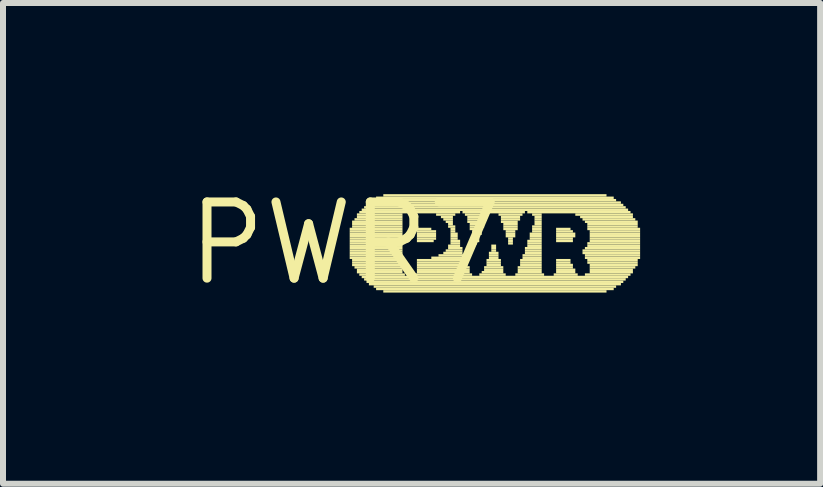
<source format=kicad_pcb>
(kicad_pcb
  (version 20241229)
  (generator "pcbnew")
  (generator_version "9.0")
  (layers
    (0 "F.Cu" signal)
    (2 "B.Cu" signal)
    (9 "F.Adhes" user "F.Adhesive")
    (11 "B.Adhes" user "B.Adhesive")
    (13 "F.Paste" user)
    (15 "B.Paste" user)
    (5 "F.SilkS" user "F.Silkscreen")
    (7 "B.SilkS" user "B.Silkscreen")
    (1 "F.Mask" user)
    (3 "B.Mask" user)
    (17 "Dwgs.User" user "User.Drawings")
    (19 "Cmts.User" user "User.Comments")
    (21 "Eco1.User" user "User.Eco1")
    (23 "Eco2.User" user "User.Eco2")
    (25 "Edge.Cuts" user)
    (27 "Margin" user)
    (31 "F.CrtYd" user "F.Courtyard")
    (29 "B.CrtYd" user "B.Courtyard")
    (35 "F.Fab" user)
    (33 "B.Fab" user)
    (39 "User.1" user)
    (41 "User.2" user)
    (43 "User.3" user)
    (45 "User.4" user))
  (footprint "PWR7"
    (layer "F.Cu")
    (at 2.698 1.006)
    (property "Reference" "PWR7" (at 0 0 0) (layer "F.SilkS") (effects (font (size 1.27 1.27) (thickness 0.15))))
    (fp_poly (pts (xy 0.08 -0.22) (xy 0.96 -0.22) (xy 0.96 -0.26) (xy 0.08 -0.26)) (stroke (width 0) (type solid)) (fill yes) (layer "F.SilkS"))
    (fp_poly (pts (xy 0.08 -0.18) (xy 0.96 -0.18) (xy 0.96 -0.22) (xy 0.08 -0.22)) (stroke (width 0) (type solid)) (fill yes) (layer "F.SilkS"))
    (fp_poly (pts (xy 0.08 -0.14) (xy 0.96 -0.14) (xy 0.96 -0.18) (xy 0.08 -0.18)) (stroke (width 0) (type solid)) (fill yes) (layer "F.SilkS"))
    (fp_poly (pts (xy 0.08 -0.1) (xy 0.96 -0.1) (xy 0.96 -0.14) (xy 0.08 -0.14)) (stroke (width 0) (type solid)) (fill yes) (layer "F.SilkS"))
    (fp_poly (pts (xy 0.08 -0.06) (xy 0.96 -0.06) (xy 0.96 -0.1) (xy 0.08 -0.1)) (stroke (width 0) (type solid)) (fill yes) (layer "F.SilkS"))
    (fp_poly (pts (xy 0.08 -0.02) (xy 0.96 -0.02) (xy 0.96 -0.06) (xy 0.08 -0.06)) (stroke (width 0) (type solid)) (fill yes) (layer "F.SilkS"))
    (fp_poly (pts (xy 0.08 0.02) (xy 0.96 0.02) (xy 0.96 -0.02) (xy 0.08 -0.02)) (stroke (width 0) (type solid)) (fill yes) (layer "F.SilkS"))
    (fp_poly (pts (xy 0.08 0.06) (xy 0.96 0.06) (xy 0.96 0.02) (xy 0.08 0.02)) (stroke (width 0) (type solid)) (fill yes) (layer "F.SilkS"))
    (fp_poly (pts (xy 0.08 0.1) (xy 0.96 0.1) (xy 0.96 0.06) (xy 0.08 0.06)) (stroke (width 0) (type solid)) (fill yes) (layer "F.SilkS"))
    (fp_poly (pts (xy 0.08 0.14) (xy 0.96 0.14) (xy 0.96 0.1) (xy 0.08 0.1)) (stroke (width 0) (type solid)) (fill yes) (layer "F.SilkS"))
    (fp_poly (pts (xy 0.08 0.18) (xy 0.96 0.18) (xy 0.96 0.14) (xy 0.08 0.14)) (stroke (width 0) (type solid)) (fill yes) (layer "F.SilkS"))
    (fp_poly (pts (xy 0.08 0.22) (xy 0.96 0.22) (xy 0.96 0.18) (xy 0.08 0.18)) (stroke (width 0) (type solid)) (fill yes) (layer "F.SilkS"))
    (fp_poly (pts (xy 0.08 0.26) (xy 0.96 0.26) (xy 0.96 0.22) (xy 0.08 0.22)) (stroke (width 0) (type solid)) (fill yes) (layer "F.SilkS"))
    (fp_poly (pts (xy 0.12 -0.34) (xy 0.96 -0.34) (xy 0.96 -0.38) (xy 0.12 -0.38)) (stroke (width 0) (type solid)) (fill yes) (layer "F.SilkS"))
    (fp_poly (pts (xy 0.12 -0.3) (xy 0.96 -0.3) (xy 0.96 -0.34) (xy 0.12 -0.34)) (stroke (width 0) (type solid)) (fill yes) (layer "F.SilkS"))
    (fp_poly (pts (xy 0.12 -0.26) (xy 0.96 -0.26) (xy 0.96 -0.3) (xy 0.12 -0.3)) (stroke (width 0) (type solid)) (fill yes) (layer "F.SilkS"))
    (fp_poly (pts (xy 0.12 0.3) (xy 0.96 0.3) (xy 0.96 0.26) (xy 0.12 0.26)) (stroke (width 0) (type solid)) (fill yes) (layer "F.SilkS"))
    (fp_poly (pts (xy 0.12 0.34) (xy 0.96 0.34) (xy 0.96 0.3) (xy 0.12 0.3)) (stroke (width 0) (type solid)) (fill yes) (layer "F.SilkS"))
    (fp_poly (pts (xy 0.12 0.38) (xy 0.96 0.38) (xy 0.96 0.34) (xy 0.12 0.34)) (stroke (width 0) (type solid)) (fill yes) (layer "F.SilkS"))
    (fp_poly (pts (xy 0.16 -0.38) (xy 0.96 -0.38) (xy 0.96 -0.42) (xy 0.16 -0.42)) (stroke (width 0) (type solid)) (fill yes) (layer "F.SilkS"))
    (fp_poly (pts (xy 0.16 0.42) (xy 0.96 0.42) (xy 0.96 0.38) (xy 0.16 0.38)) (stroke (width 0) (type solid)) (fill yes) (layer "F.SilkS"))
    (fp_poly (pts (xy 0.2 -0.46) (xy 0.96 -0.46) (xy 0.96 -0.5) (xy 0.2 -0.5)) (stroke (width 0) (type solid)) (fill yes) (layer "F.SilkS"))
    (fp_poly (pts (xy 0.2 -0.42) (xy 0.96 -0.42) (xy 0.96 -0.46) (xy 0.2 -0.46)) (stroke (width 0) (type solid)) (fill yes) (layer "F.SilkS"))
    (fp_poly (pts (xy 0.2 0.46) (xy 0.96 0.46) (xy 0.96 0.42) (xy 0.2 0.42)) (stroke (width 0) (type solid)) (fill yes) (layer "F.SilkS"))
    (fp_poly (pts (xy 0.2 0.5) (xy 0.96 0.5) (xy 0.96 0.46) (xy 0.2 0.46)) (stroke (width 0) (type solid)) (fill yes) (layer "F.SilkS"))
    (fp_poly (pts (xy 0.24 -0.5) (xy 1.92 -0.5) (xy 1.92 -0.54) (xy 0.24 -0.54)) (stroke (width 0) (type solid)) (fill yes) (layer "F.SilkS"))
    (fp_poly (pts (xy 0.24 0.54) (xy 1 0.54) (xy 1 0.5) (xy 0.24 0.5)) (stroke (width 0) (type solid)) (fill yes) (layer "F.SilkS"))
    (fp_poly (pts (xy 0.28 -0.54) (xy 4.72 -0.54) (xy 4.72 -0.58) (xy 0.28 -0.58)) (stroke (width 0) (type solid)) (fill yes) (layer "F.SilkS"))
    (fp_poly (pts (xy 0.28 0.58) (xy 4.72 0.58) (xy 4.72 0.54) (xy 0.28 0.54)) (stroke (width 0) (type solid)) (fill yes) (layer "F.SilkS"))
    (fp_poly (pts (xy 0.32 -0.58) (xy 4.68 -0.58) (xy 4.68 -0.62) (xy 0.32 -0.62)) (stroke (width 0) (type solid)) (fill yes) (layer "F.SilkS"))
    (fp_poly (pts (xy 0.32 0.62) (xy 4.68 0.62) (xy 4.68 0.58) (xy 0.32 0.58)) (stroke (width 0) (type solid)) (fill yes) (layer "F.SilkS"))
    (fp_poly (pts (xy 0.36 -0.62) (xy 4.64 -0.62) (xy 4.64 -0.66) (xy 0.36 -0.66)) (stroke (width 0) (type solid)) (fill yes) (layer "F.SilkS"))
    (fp_poly (pts (xy 0.36 0.66) (xy 4.64 0.66) (xy 4.64 0.62) (xy 0.36 0.62)) (stroke (width 0) (type solid)) (fill yes) (layer "F.SilkS"))
    (fp_poly (pts (xy 0.4 -0.66) (xy 4.6 -0.66) (xy 4.6 -0.7) (xy 0.4 -0.7)) (stroke (width 0) (type solid)) (fill yes) (layer "F.SilkS"))
    (fp_poly (pts (xy 0.4 0.7) (xy 4.6 0.7) (xy 4.6 0.66) (xy 0.4 0.66)) (stroke (width 0) (type solid)) (fill yes) (layer "F.SilkS"))
    (fp_poly (pts (xy 0.44 -0.7) (xy 4.52 -0.7) (xy 4.52 -0.74) (xy 0.44 -0.74)) (stroke (width 0) (type solid)) (fill yes) (layer "F.SilkS"))
    (fp_poly (pts (xy 0.48 0.74) (xy 4.52 0.74) (xy 4.52 0.7) (xy 0.48 0.7)) (stroke (width 0) (type solid)) (fill yes) (layer "F.SilkS"))
    (fp_poly (pts (xy 0.52 -0.74) (xy 4.48 -0.74) (xy 4.48 -0.78) (xy 0.52 -0.78)) (stroke (width 0) (type solid)) (fill yes) (layer "F.SilkS"))
    (fp_poly (pts (xy 0.52 0.78) (xy 4.48 0.78) (xy 4.48 0.74) (xy 0.52 0.74)) (stroke (width 0) (type solid)) (fill yes) (layer "F.SilkS"))
    (fp_poly (pts (xy 0.64 -0.78) (xy 4.36 -0.78) (xy 4.36 -0.82) (xy 0.64 -0.82)) (stroke (width 0) (type solid)) (fill yes) (layer "F.SilkS"))
    (fp_poly (pts (xy 0.64 0.82) (xy 4.36 0.82) (xy 4.36 0.78) (xy 0.64 0.78)) (stroke (width 0) (type solid)) (fill yes) (layer "F.SilkS"))
    (fp_poly (pts (xy 1.16 0.54) (xy 2.12 0.54) (xy 2.12 0.5) (xy 1.16 0.5)) (stroke (width 0) (type solid)) (fill yes) (layer "F.SilkS"))
    (fp_poly (pts (xy 1.2 -0.22) (xy 1.44 -0.22) (xy 1.44 -0.26) (xy 1.2 -0.26)) (stroke (width 0) (type solid)) (fill yes) (layer "F.SilkS"))
    (fp_poly (pts (xy 1.2 -0.18) (xy 1.52 -0.18) (xy 1.52 -0.22) (xy 1.2 -0.22)) (stroke (width 0) (type solid)) (fill yes) (layer "F.SilkS"))
    (fp_poly (pts (xy 1.2 -0.14) (xy 1.52 -0.14) (xy 1.52 -0.18) (xy 1.2 -0.18)) (stroke (width 0) (type solid)) (fill yes) (layer "F.SilkS"))
    (fp_poly (pts (xy 1.2 -0.1) (xy 1.52 -0.1) (xy 1.52 -0.14) (xy 1.2 -0.14)) (stroke (width 0) (type solid)) (fill yes) (layer "F.SilkS"))
    (fp_poly (pts (xy 1.2 -0.06) (xy 1.52 -0.06) (xy 1.52 -0.1) (xy 1.2 -0.1)) (stroke (width 0) (type solid)) (fill yes) (layer "F.SilkS"))
    (fp_poly (pts (xy 1.2 -0.02) (xy 1.48 -0.02) (xy 1.48 -0.06) (xy 1.2 -0.06)) (stroke (width 0) (type solid)) (fill yes) (layer "F.SilkS"))
    (fp_poly (pts (xy 1.2 0.3) (xy 2 0.3) (xy 2 0.26) (xy 1.2 0.26)) (stroke (width 0) (type solid)) (fill yes) (layer "F.SilkS"))
    (fp_poly (pts (xy 1.2 0.34) (xy 2.04 0.34) (xy 2.04 0.3) (xy 1.2 0.3)) (stroke (width 0) (type solid)) (fill yes) (layer "F.SilkS"))
    (fp_poly (pts (xy 1.2 0.38) (xy 2.04 0.38) (xy 2.04 0.34) (xy 1.2 0.34)) (stroke (width 0) (type solid)) (fill yes) (layer "F.SilkS"))
    (fp_poly (pts (xy 1.2 0.42) (xy 2.08 0.42) (xy 2.08 0.38) (xy 1.2 0.38)) (stroke (width 0) (type solid)) (fill yes) (layer "F.SilkS"))
    (fp_poly (pts (xy 1.2 0.46) (xy 2.08 0.46) (xy 2.08 0.42) (xy 1.2 0.42)) (stroke (width 0) (type solid)) (fill yes) (layer "F.SilkS"))
    (fp_poly (pts (xy 1.2 0.5) (xy 2.08 0.5) (xy 2.08 0.46) (xy 1.2 0.46)) (stroke (width 0) (type solid)) (fill yes) (layer "F.SilkS"))
    (fp_poly (pts (xy 1.44 0.26) (xy 2 0.26) (xy 2 0.22) (xy 1.44 0.22)) (stroke (width 0) (type solid)) (fill yes) (layer "F.SilkS"))
    (fp_poly (pts (xy 1.52 -0.46) (xy 1.84 -0.46) (xy 1.84 -0.5) (xy 1.52 -0.5)) (stroke (width 0) (type solid)) (fill yes) (layer "F.SilkS"))
    (fp_poly (pts (xy 1.56 0.22) (xy 2 0.22) (xy 2 0.18) (xy 1.56 0.18)) (stroke (width 0) (type solid)) (fill yes) (layer "F.SilkS"))
    (fp_poly (pts (xy 1.6 -0.42) (xy 1.8 -0.42) (xy 1.8 -0.46) (xy 1.6 -0.46)) (stroke (width 0) (type solid)) (fill yes) (layer "F.SilkS"))
    (fp_poly (pts (xy 1.64 -0.38) (xy 1.8 -0.38) (xy 1.8 -0.42) (xy 1.64 -0.42)) (stroke (width 0) (type solid)) (fill yes) (layer "F.SilkS"))
    (fp_poly (pts (xy 1.64 0.18) (xy 1.96 0.18) (xy 1.96 0.14) (xy 1.64 0.14)) (stroke (width 0) (type solid)) (fill yes) (layer "F.SilkS"))
    (fp_poly (pts (xy 1.68 -0.34) (xy 1.8 -0.34) (xy 1.8 -0.38) (xy 1.68 -0.38)) (stroke (width 0) (type solid)) (fill yes) (layer "F.SilkS"))
    (fp_poly (pts (xy 1.68 0.14) (xy 1.96 0.14) (xy 1.96 0.1) (xy 1.68 0.1)) (stroke (width 0) (type solid)) (fill yes) (layer "F.SilkS"))
    (fp_poly (pts (xy 1.72 -0.3) (xy 1.8 -0.3) (xy 1.8 -0.34) (xy 1.72 -0.34)) (stroke (width 0) (type solid)) (fill yes) (layer "F.SilkS"))
    (fp_poly (pts (xy 1.72 -0.26) (xy 1.84 -0.26) (xy 1.84 -0.3) (xy 1.72 -0.3)) (stroke (width 0) (type solid)) (fill yes) (layer "F.SilkS"))
    (fp_poly (pts (xy 1.72 0.06) (xy 1.92 0.06) (xy 1.92 0.02) (xy 1.72 0.02)) (stroke (width 0) (type solid)) (fill yes) (layer "F.SilkS"))
    (fp_poly (pts (xy 1.72 0.1) (xy 1.96 0.1) (xy 1.96 0.06) (xy 1.72 0.06)) (stroke (width 0) (type solid)) (fill yes) (layer "F.SilkS"))
    (fp_poly (pts (xy 1.76 -0.22) (xy 1.84 -0.22) (xy 1.84 -0.26) (xy 1.76 -0.26)) (stroke (width 0) (type solid)) (fill yes) (layer "F.SilkS"))
    (fp_poly (pts (xy 1.76 -0.18) (xy 1.84 -0.18) (xy 1.84 -0.22) (xy 1.76 -0.22)) (stroke (width 0) (type solid)) (fill yes) (layer "F.SilkS"))
    (fp_poly (pts (xy 1.76 -0.14) (xy 1.88 -0.14) (xy 1.88 -0.18) (xy 1.76 -0.18)) (stroke (width 0) (type solid)) (fill yes) (layer "F.SilkS"))
    (fp_poly (pts (xy 1.76 -0.1) (xy 1.88 -0.1) (xy 1.88 -0.14) (xy 1.76 -0.14)) (stroke (width 0) (type solid)) (fill yes) (layer "F.SilkS"))
    (fp_poly (pts (xy 1.76 -0.06) (xy 1.88 -0.06) (xy 1.88 -0.1) (xy 1.76 -0.1)) (stroke (width 0) (type solid)) (fill yes) (layer "F.SilkS"))
    (fp_poly (pts (xy 1.76 -0.02) (xy 1.92 -0.02) (xy 1.92 -0.06) (xy 1.76 -0.06)) (stroke (width 0) (type solid)) (fill yes) (layer "F.SilkS"))
    (fp_poly (pts (xy 1.76 0.02) (xy 1.92 0.02) (xy 1.92 -0.02) (xy 1.76 -0.02)) (stroke (width 0) (type solid)) (fill yes) (layer "F.SilkS"))
    (fp_poly (pts (xy 1.96 -0.5) (xy 3 -0.5) (xy 3 -0.54) (xy 1.96 -0.54)) (stroke (width 0) (type solid)) (fill yes) (layer "F.SilkS"))
    (fp_poly (pts (xy 2 -0.46) (xy 2.4 -0.46) (xy 2.4 -0.5) (xy 2 -0.5)) (stroke (width 0) (type solid)) (fill yes) (layer "F.SilkS"))
    (fp_poly (pts (xy 2.04 -0.42) (xy 2.36 -0.42) (xy 2.36 -0.46) (xy 2.04 -0.46)) (stroke (width 0) (type solid)) (fill yes) (layer "F.SilkS"))
    (fp_poly (pts (xy 2.04 -0.38) (xy 2.36 -0.38) (xy 2.36 -0.42) (xy 2.04 -0.42)) (stroke (width 0) (type solid)) (fill yes) (layer "F.SilkS"))
    (fp_poly (pts (xy 2.04 -0.34) (xy 2.32 -0.34) (xy 2.32 -0.38) (xy 2.04 -0.38)) (stroke (width 0) (type solid)) (fill yes) (layer "F.SilkS"))
    (fp_poly (pts (xy 2.08 -0.3) (xy 2.32 -0.3) (xy 2.32 -0.34) (xy 2.08 -0.34)) (stroke (width 0) (type solid)) (fill yes) (layer "F.SilkS"))
    (fp_poly (pts (xy 2.08 -0.26) (xy 2.32 -0.26) (xy 2.32 -0.3) (xy 2.08 -0.3)) (stroke (width 0) (type solid)) (fill yes) (layer "F.SilkS"))
    (fp_poly (pts (xy 2.08 -0.22) (xy 2.28 -0.22) (xy 2.28 -0.26) (xy 2.08 -0.26)) (stroke (width 0) (type solid)) (fill yes) (layer "F.SilkS"))
    (fp_poly (pts (xy 2.12 -0.18) (xy 2.28 -0.18) (xy 2.28 -0.22) (xy 2.12 -0.22)) (stroke (width 0) (type solid)) (fill yes) (layer "F.SilkS"))
    (fp_poly (pts (xy 2.12 -0.14) (xy 2.28 -0.14) (xy 2.28 -0.18) (xy 2.12 -0.18)) (stroke (width 0) (type solid)) (fill yes) (layer "F.SilkS"))
    (fp_poly (pts (xy 2.12 -0.1) (xy 2.24 -0.1) (xy 2.24 -0.14) (xy 2.12 -0.14)) (stroke (width 0) (type solid)) (fill yes) (layer "F.SilkS"))
    (fp_poly (pts (xy 2.16 -0.06) (xy 2.24 -0.06) (xy 2.24 -0.1) (xy 2.16 -0.1)) (stroke (width 0) (type solid)) (fill yes) (layer "F.SilkS"))
    (fp_poly (pts (xy 2.16 -0.02) (xy 2.24 -0.02) (xy 2.24 -0.06) (xy 2.16 -0.06)) (stroke (width 0) (type solid)) (fill yes) (layer "F.SilkS"))
    (fp_poly (pts (xy 2.16 0.02) (xy 2.2 0.02) (xy 2.2 -0.02) (xy 2.16 -0.02)) (stroke (width 0) (type solid)) (fill yes) (layer "F.SilkS"))
    (fp_poly (pts (xy 2.24 0.54) (xy 2.68 0.54) (xy 2.68 0.5) (xy 2.24 0.5)) (stroke (width 0) (type solid)) (fill yes) (layer "F.SilkS"))
    (fp_poly (pts (xy 2.28 0.5) (xy 2.64 0.5) (xy 2.64 0.46) (xy 2.28 0.46)) (stroke (width 0) (type solid)) (fill yes) (layer "F.SilkS"))
    (fp_poly (pts (xy 2.32 0.42) (xy 2.64 0.42) (xy 2.64 0.38) (xy 2.32 0.38)) (stroke (width 0) (type solid)) (fill yes) (layer "F.SilkS"))
    (fp_poly (pts (xy 2.32 0.46) (xy 2.64 0.46) (xy 2.64 0.42) (xy 2.32 0.42)) (stroke (width 0) (type solid)) (fill yes) (layer "F.SilkS"))
    (fp_poly (pts (xy 2.36 0.3) (xy 2.6 0.3) (xy 2.6 0.26) (xy 2.36 0.26)) (stroke (width 0) (type solid)) (fill yes) (layer "F.SilkS"))
    (fp_poly (pts (xy 2.36 0.34) (xy 2.6 0.34) (xy 2.6 0.3) (xy 2.36 0.3)) (stroke (width 0) (type solid)) (fill yes) (layer "F.SilkS"))
    (fp_poly (pts (xy 2.36 0.38) (xy 2.6 0.38) (xy 2.6 0.34) (xy 2.36 0.34)) (stroke (width 0) (type solid)) (fill yes) (layer "F.SilkS"))
    (fp_poly (pts (xy 2.4 0.18) (xy 2.56 0.18) (xy 2.56 0.14) (xy 2.4 0.14)) (stroke (width 0) (type solid)) (fill yes) (layer "F.SilkS"))
    (fp_poly (pts (xy 2.4 0.22) (xy 2.56 0.22) (xy 2.56 0.18) (xy 2.4 0.18)) (stroke (width 0) (type solid)) (fill yes) (layer "F.SilkS"))
    (fp_poly (pts (xy 2.4 0.26) (xy 2.56 0.26) (xy 2.56 0.22) (xy 2.4 0.22)) (stroke (width 0) (type solid)) (fill yes) (layer "F.SilkS"))
    (fp_poly (pts (xy 2.44 0.06) (xy 2.52 0.06) (xy 2.52 0.02) (xy 2.44 0.02)) (stroke (width 0) (type solid)) (fill yes) (layer "F.SilkS"))
    (fp_poly (pts (xy 2.44 0.1) (xy 2.52 0.1) (xy 2.52 0.06) (xy 2.44 0.06)) (stroke (width 0) (type solid)) (fill yes) (layer "F.SilkS"))
    (fp_poly (pts (xy 2.44 0.14) (xy 2.52 0.14) (xy 2.52 0.1) (xy 2.44 0.1)) (stroke (width 0) (type solid)) (fill yes) (layer "F.SilkS"))
    (fp_poly (pts (xy 2.56 -0.46) (xy 2.96 -0.46) (xy 2.96 -0.5) (xy 2.56 -0.5)) (stroke (width 0) (type solid)) (fill yes) (layer "F.SilkS"))
    (fp_poly (pts (xy 2.6 -0.42) (xy 2.92 -0.42) (xy 2.92 -0.46) (xy 2.6 -0.46)) (stroke (width 0) (type solid)) (fill yes) (layer "F.SilkS"))
    (fp_poly (pts (xy 2.6 -0.38) (xy 2.92 -0.38) (xy 2.92 -0.42) (xy 2.6 -0.42)) (stroke (width 0) (type solid)) (fill yes) (layer "F.SilkS"))
    (fp_poly (pts (xy 2.6 -0.34) (xy 2.88 -0.34) (xy 2.88 -0.38) (xy 2.6 -0.38)) (stroke (width 0) (type solid)) (fill yes) (layer "F.SilkS"))
    (fp_poly (pts (xy 2.64 -0.3) (xy 2.88 -0.3) (xy 2.88 -0.34) (xy 2.64 -0.34)) (stroke (width 0) (type solid)) (fill yes) (layer "F.SilkS"))
    (fp_poly (pts (xy 2.64 -0.26) (xy 2.88 -0.26) (xy 2.88 -0.3) (xy 2.64 -0.3)) (stroke (width 0) (type solid)) (fill yes) (layer "F.SilkS"))
    (fp_poly (pts (xy 2.64 -0.22) (xy 2.88 -0.22) (xy 2.88 -0.26) (xy 2.64 -0.26)) (stroke (width 0) (type solid)) (fill yes) (layer "F.SilkS"))
    (fp_poly (pts (xy 2.68 -0.18) (xy 2.84 -0.18) (xy 2.84 -0.22) (xy 2.68 -0.22)) (stroke (width 0) (type solid)) (fill yes) (layer "F.SilkS"))
    (fp_poly (pts (xy 2.68 -0.14) (xy 2.84 -0.14) (xy 2.84 -0.18) (xy 2.68 -0.18)) (stroke (width 0) (type solid)) (fill yes) (layer "F.SilkS"))
    (fp_poly (pts (xy 2.68 -0.1) (xy 2.84 -0.1) (xy 2.84 -0.14) (xy 2.68 -0.14)) (stroke (width 0) (type solid)) (fill yes) (layer "F.SilkS"))
    (fp_poly (pts (xy 2.72 -0.06) (xy 2.8 -0.06) (xy 2.8 -0.1) (xy 2.72 -0.1)) (stroke (width 0) (type solid)) (fill yes) (layer "F.SilkS"))
    (fp_poly (pts (xy 2.72 -0.02) (xy 2.8 -0.02) (xy 2.8 -0.06) (xy 2.72 -0.06)) (stroke (width 0) (type solid)) (fill yes) (layer "F.SilkS"))
    (fp_poly (pts (xy 2.72 0.02) (xy 2.8 0.02) (xy 2.8 -0.02) (xy 2.72 -0.02)) (stroke (width 0) (type solid)) (fill yes) (layer "F.SilkS"))
    (fp_poly (pts (xy 2.84 0.54) (xy 3.32 0.54) (xy 3.32 0.5) (xy 2.84 0.5)) (stroke (width 0) (type solid)) (fill yes) (layer "F.SilkS"))
    (fp_poly (pts (xy 2.88 0.42) (xy 3.28 0.42) (xy 3.28 0.38) (xy 2.88 0.38)) (stroke (width 0) (type solid)) (fill yes) (layer "F.SilkS"))
    (fp_poly (pts (xy 2.88 0.46) (xy 3.28 0.46) (xy 3.28 0.42) (xy 2.88 0.42)) (stroke (width 0) (type solid)) (fill yes) (layer "F.SilkS"))
    (fp_poly (pts (xy 2.88 0.5) (xy 3.28 0.5) (xy 3.28 0.46) (xy 2.88 0.46)) (stroke (width 0) (type solid)) (fill yes) (layer "F.SilkS"))
    (fp_poly (pts (xy 2.92 0.3) (xy 3.28 0.3) (xy 3.28 0.26) (xy 2.92 0.26)) (stroke (width 0) (type solid)) (fill yes) (layer "F.SilkS"))
    (fp_poly (pts (xy 2.92 0.34) (xy 3.28 0.34) (xy 3.28 0.3) (xy 2.92 0.3)) (stroke (width 0) (type solid)) (fill yes) (layer "F.SilkS"))
    (fp_poly (pts (xy 2.92 0.38) (xy 3.28 0.38) (xy 3.28 0.34) (xy 2.92 0.34)) (stroke (width 0) (type solid)) (fill yes) (layer "F.SilkS"))
    (fp_poly (pts (xy 2.96 0.22) (xy 3.28 0.22) (xy 3.28 0.18) (xy 2.96 0.18)) (stroke (width 0) (type solid)) (fill yes) (layer "F.SilkS"))
    (fp_poly (pts (xy 2.96 0.26) (xy 3.28 0.26) (xy 3.28 0.22) (xy 2.96 0.22)) (stroke (width 0) (type solid)) (fill yes) (layer "F.SilkS"))
    (fp_poly (pts (xy 3 0.1) (xy 3.28 0.1) (xy 3.28 0.06) (xy 3 0.06)) (stroke (width 0) (type solid)) (fill yes) (layer "F.SilkS"))
    (fp_poly (pts (xy 3 0.14) (xy 3.28 0.14) (xy 3.28 0.1) (xy 3 0.1)) (stroke (width 0) (type solid)) (fill yes) (layer "F.SilkS"))
    (fp_poly (pts (xy 3 0.18) (xy 3.28 0.18) (xy 3.28 0.14) (xy 3 0.14)) (stroke (width 0) (type solid)) (fill yes) (layer "F.SilkS"))
    (fp_poly (pts (xy 3.04 -0.5) (xy 4.76 -0.5) (xy 4.76 -0.54) (xy 3.04 -0.54)) (stroke (width 0) (type solid)) (fill yes) (layer "F.SilkS"))
    (fp_poly (pts (xy 3.04 -0.02) (xy 3.28 -0.02) (xy 3.28 -0.06) (xy 3.04 -0.06)) (stroke (width 0) (type solid)) (fill yes) (layer "F.SilkS"))
    (fp_poly (pts (xy 3.04 0.02) (xy 3.28 0.02) (xy 3.28 -0.02) (xy 3.04 -0.02)) (stroke (width 0) (type solid)) (fill yes) (layer "F.SilkS"))
    (fp_poly (pts (xy 3.04 0.06) (xy 3.28 0.06) (xy 3.28 0.02) (xy 3.04 0.02)) (stroke (width 0) (type solid)) (fill yes) (layer "F.SilkS"))
    (fp_poly (pts (xy 3.08 -0.14) (xy 3.28 -0.14) (xy 3.28 -0.18) (xy 3.08 -0.18)) (stroke (width 0) (type solid)) (fill yes) (layer "F.SilkS"))
    (fp_poly (pts (xy 3.08 -0.1) (xy 3.28 -0.1) (xy 3.28 -0.14) (xy 3.08 -0.14)) (stroke (width 0) (type solid)) (fill yes) (layer "F.SilkS"))
    (fp_poly (pts (xy 3.08 -0.06) (xy 3.28 -0.06) (xy 3.28 -0.1) (xy 3.08 -0.1)) (stroke (width 0) (type solid)) (fill yes) (layer "F.SilkS"))
    (fp_poly (pts (xy 3.12 -0.46) (xy 3.28 -0.46) (xy 3.28 -0.5) (xy 3.12 -0.5)) (stroke (width 0) (type solid)) (fill yes) (layer "F.SilkS"))
    (fp_poly (pts (xy 3.12 -0.26) (xy 3.28 -0.26) (xy 3.28 -0.3) (xy 3.12 -0.3)) (stroke (width 0) (type solid)) (fill yes) (layer "F.SilkS"))
    (fp_poly (pts (xy 3.12 -0.22) (xy 3.28 -0.22) (xy 3.28 -0.26) (xy 3.12 -0.26)) (stroke (width 0) (type solid)) (fill yes) (layer "F.SilkS"))
    (fp_poly (pts (xy 3.12 -0.18) (xy 3.28 -0.18) (xy 3.28 -0.22) (xy 3.12 -0.22)) (stroke (width 0) (type solid)) (fill yes) (layer "F.SilkS"))
    (fp_poly (pts (xy 3.16 -0.42) (xy 3.28 -0.42) (xy 3.28 -0.46) (xy 3.16 -0.46)) (stroke (width 0) (type solid)) (fill yes) (layer "F.SilkS"))
    (fp_poly (pts (xy 3.16 -0.38) (xy 3.28 -0.38) (xy 3.28 -0.42) (xy 3.16 -0.42)) (stroke (width 0) (type solid)) (fill yes) (layer "F.SilkS"))
    (fp_poly (pts (xy 3.16 -0.34) (xy 3.28 -0.34) (xy 3.28 -0.38) (xy 3.16 -0.38)) (stroke (width 0) (type solid)) (fill yes) (layer "F.SilkS"))
    (fp_poly (pts (xy 3.16 -0.3) (xy 3.28 -0.3) (xy 3.28 -0.34) (xy 3.16 -0.34)) (stroke (width 0) (type solid)) (fill yes) (layer "F.SilkS"))
    (fp_poly (pts (xy 3.48 0.54) (xy 3.88 0.54) (xy 3.88 0.5) (xy 3.48 0.5)) (stroke (width 0) (type solid)) (fill yes) (layer "F.SilkS"))
    (fp_poly (pts (xy 3.52 -0.22) (xy 3.76 -0.22) (xy 3.76 -0.26) (xy 3.52 -0.26)) (stroke (width 0) (type solid)) (fill yes) (layer "F.SilkS"))
    (fp_poly (pts (xy 3.52 -0.18) (xy 3.8 -0.18) (xy 3.8 -0.22) (xy 3.52 -0.22)) (stroke (width 0) (type solid)) (fill yes) (layer "F.SilkS"))
    (fp_poly (pts (xy 3.52 -0.14) (xy 3.84 -0.14) (xy 3.84 -0.18) (xy 3.52 -0.18)) (stroke (width 0) (type solid)) (fill yes) (layer "F.SilkS"))
    (fp_poly (pts (xy 3.52 -0.1) (xy 3.84 -0.1) (xy 3.84 -0.14) (xy 3.52 -0.14)) (stroke (width 0) (type solid)) (fill yes) (layer "F.SilkS"))
    (fp_poly (pts (xy 3.52 -0.06) (xy 3.8 -0.06) (xy 3.8 -0.1) (xy 3.52 -0.1)) (stroke (width 0) (type solid)) (fill yes) (layer "F.SilkS"))
    (fp_poly (pts (xy 3.52 -0.02) (xy 3.8 -0.02) (xy 3.8 -0.06) (xy 3.52 -0.06)) (stroke (width 0) (type solid)) (fill yes) (layer "F.SilkS"))
    (fp_poly (pts (xy 3.52 0.3) (xy 3.76 0.3) (xy 3.76 0.26) (xy 3.52 0.26)) (stroke (width 0) (type solid)) (fill yes) (layer "F.SilkS"))
    (fp_poly (pts (xy 3.52 0.34) (xy 3.76 0.34) (xy 3.76 0.3) (xy 3.52 0.3)) (stroke (width 0) (type solid)) (fill yes) (layer "F.SilkS"))
    (fp_poly (pts (xy 3.52 0.38) (xy 3.8 0.38) (xy 3.8 0.34) (xy 3.52 0.34)) (stroke (width 0) (type solid)) (fill yes) (layer "F.SilkS"))
    (fp_poly (pts (xy 3.52 0.42) (xy 3.8 0.42) (xy 3.8 0.38) (xy 3.52 0.38)) (stroke (width 0) (type solid)) (fill yes) (layer "F.SilkS"))
    (fp_poly (pts (xy 3.52 0.46) (xy 3.84 0.46) (xy 3.84 0.42) (xy 3.52 0.42)) (stroke (width 0) (type solid)) (fill yes) (layer "F.SilkS"))
    (fp_poly (pts (xy 3.52 0.5) (xy 3.84 0.5) (xy 3.84 0.46) (xy 3.52 0.46)) (stroke (width 0) (type solid)) (fill yes) (layer "F.SilkS"))
    (fp_poly (pts (xy 3.84 -0.46) (xy 4.8 -0.46) (xy 4.8 -0.5) (xy 3.84 -0.5)) (stroke (width 0) (type solid)) (fill yes) (layer "F.SilkS"))
    (fp_poly (pts (xy 3.92 -0.42) (xy 4.8 -0.42) (xy 4.8 -0.46) (xy 3.92 -0.46)) (stroke (width 0) (type solid)) (fill yes) (layer "F.SilkS"))
    (fp_poly (pts (xy 3.96 -0.38) (xy 4.84 -0.38) (xy 4.84 -0.42) (xy 3.96 -0.42)) (stroke (width 0) (type solid)) (fill yes) (layer "F.SilkS"))
    (fp_poly (pts (xy 3.96 0.14) (xy 4.92 0.14) (xy 4.92 0.1) (xy 3.96 0.1)) (stroke (width 0) (type solid)) (fill yes) (layer "F.SilkS"))
    (fp_poly (pts (xy 3.96 0.18) (xy 4.92 0.18) (xy 4.92 0.14) (xy 3.96 0.14)) (stroke (width 0) (type solid)) (fill yes) (layer "F.SilkS"))
    (fp_poly (pts (xy 4 -0.34) (xy 4.88 -0.34) (xy 4.88 -0.38) (xy 4 -0.38)) (stroke (width 0) (type solid)) (fill yes) (layer "F.SilkS"))
    (fp_poly (pts (xy 4 0.1) (xy 4.92 0.1) (xy 4.92 0.06) (xy 4 0.06)) (stroke (width 0) (type solid)) (fill yes) (layer "F.SilkS"))
    (fp_poly (pts (xy 4 0.22) (xy 4.92 0.22) (xy 4.92 0.18) (xy 4 0.18)) (stroke (width 0) (type solid)) (fill yes) (layer "F.SilkS"))
    (fp_poly (pts (xy 4 0.26) (xy 4.92 0.26) (xy 4.92 0.22) (xy 4 0.22)) (stroke (width 0) (type solid)) (fill yes) (layer "F.SilkS"))
    (fp_poly (pts (xy 4 0.54) (xy 4.76 0.54) (xy 4.76 0.5) (xy 4 0.5)) (stroke (width 0) (type solid)) (fill yes) (layer "F.SilkS"))
    (fp_poly (pts (xy 4.04 -0.3) (xy 4.88 -0.3) (xy 4.88 -0.34) (xy 4.04 -0.34)) (stroke (width 0) (type solid)) (fill yes) (layer "F.SilkS"))
    (fp_poly (pts (xy 4.04 -0.26) (xy 4.88 -0.26) (xy 4.88 -0.3) (xy 4.04 -0.3)) (stroke (width 0) (type solid)) (fill yes) (layer "F.SilkS"))
    (fp_poly (pts (xy 4.04 -0.22) (xy 4.92 -0.22) (xy 4.92 -0.26) (xy 4.04 -0.26)) (stroke (width 0) (type solid)) (fill yes) (layer "F.SilkS"))
    (fp_poly (pts (xy 4.04 0.02) (xy 4.92 0.02) (xy 4.92 -0.02) (xy 4.04 -0.02)) (stroke (width 0) (type solid)) (fill yes) (layer "F.SilkS"))
    (fp_poly (pts (xy 4.04 0.06) (xy 4.92 0.06) (xy 4.92 0.02) (xy 4.04 0.02)) (stroke (width 0) (type solid)) (fill yes) (layer "F.SilkS"))
    (fp_poly (pts (xy 4.04 0.3) (xy 4.88 0.3) (xy 4.88 0.26) (xy 4.04 0.26)) (stroke (width 0) (type solid)) (fill yes) (layer "F.SilkS"))
    (fp_poly (pts (xy 4.04 0.34) (xy 4.88 0.34) (xy 4.88 0.3) (xy 4.04 0.3)) (stroke (width 0) (type solid)) (fill yes) (layer "F.SilkS"))
    (fp_poly (pts (xy 4.08 -0.18) (xy 4.92 -0.18) (xy 4.92 -0.22) (xy 4.08 -0.22)) (stroke (width 0) (type solid)) (fill yes) (layer "F.SilkS"))
    (fp_poly (pts (xy 4.08 -0.14) (xy 4.92 -0.14) (xy 4.92 -0.18) (xy 4.08 -0.18)) (stroke (width 0) (type solid)) (fill yes) (layer "F.SilkS"))
    (fp_poly (pts (xy 4.08 -0.1) (xy 4.92 -0.1) (xy 4.92 -0.14) (xy 4.08 -0.14)) (stroke (width 0) (type solid)) (fill yes) (layer "F.SilkS"))
    (fp_poly (pts (xy 4.08 -0.06) (xy 4.92 -0.06) (xy 4.92 -0.1) (xy 4.08 -0.1)) (stroke (width 0) (type solid)) (fill yes) (layer "F.SilkS"))
    (fp_poly (pts (xy 4.08 -0.02) (xy 4.92 -0.02) (xy 4.92 -0.06) (xy 4.08 -0.06)) (stroke (width 0) (type solid)) (fill yes) (layer "F.SilkS"))
    (fp_poly (pts (xy 4.08 0.38) (xy 4.88 0.38) (xy 4.88 0.34) (xy 4.08 0.34)) (stroke (width 0) (type solid)) (fill yes) (layer "F.SilkS"))
    (fp_poly (pts (xy 4.08 0.42) (xy 4.84 0.42) (xy 4.84 0.38) (xy 4.08 0.38)) (stroke (width 0) (type solid)) (fill yes) (layer "F.SilkS"))
    (fp_poly (pts (xy 4.08 0.46) (xy 4.8 0.46) (xy 4.8 0.42) (xy 4.08 0.42)) (stroke (width 0) (type solid)) (fill yes) (layer "F.SilkS"))
    (fp_poly (pts (xy 4.08 0.5) (xy 4.8 0.5) (xy 4.8 0.46) (xy 4.08 0.46)) (stroke (width 0) (type solid)) (fill yes) (layer "F.SilkS")))
  (gr_rect
    (start -3 -3)
    (end 10.618 5.012)
    (stroke (width 0.1) (type default))
    (fill no)
    (layer "Edge.Cuts")))
</source>
